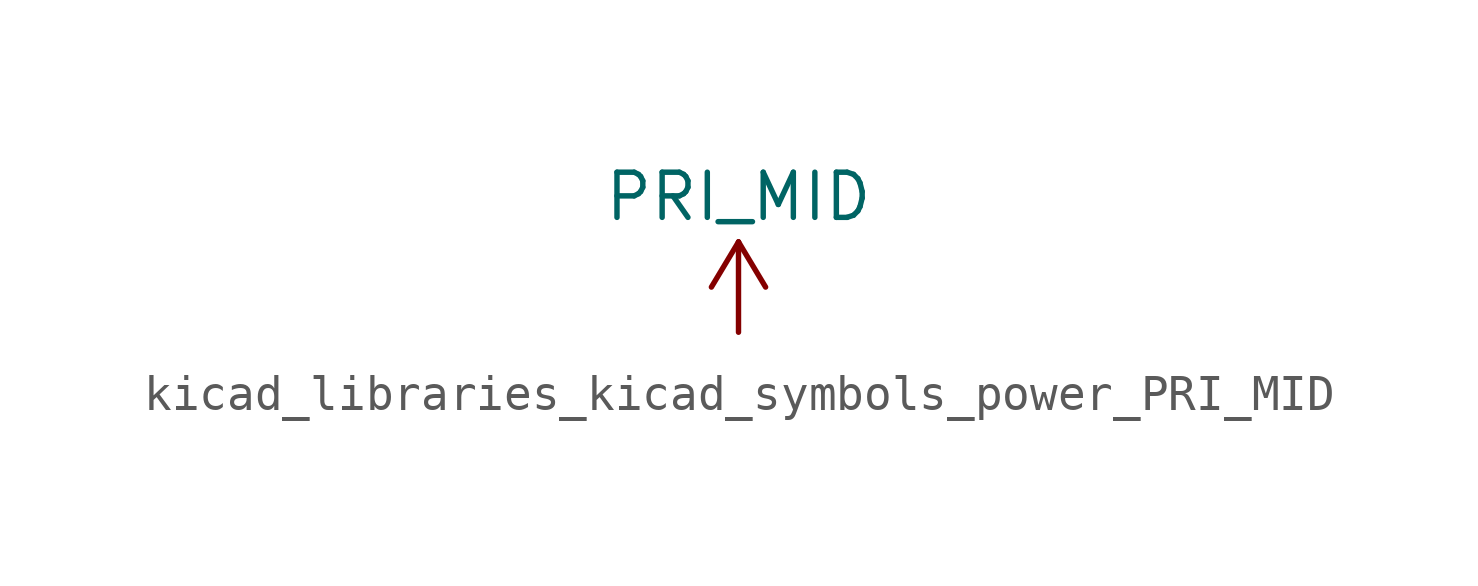
<source format=kicad_sym>
(kicad_symbol_lib
  (version 20220914)
  (generator kicad_symbol_editor)
  (symbol "kicad_libraries_kicad_symbols_power_PRI_MID"
    (power)
    (pin_names
      (offset 0))
    (property "Reference" "#PWR"
      (at 0 -3.81 0)
      (effects (font (size 1.27 1.27)) hide))
    (property "Value" "PRI_MID"
      (at 0 3.81 0)
      (effects (font (size 1.27 1.27))))
    (symbol "kicad_libraries_kicad_symbols_power_PRI_MID_0_1"
      (polyline (pts (xy -0.762 1.27) (xy 0 2.54)) (stroke (width 0) (type default)) (fill (type none)))
      (polyline (pts (xy 0 0) (xy 0 2.54)) (stroke (width 0) (type default)) (fill (type none)))
      (polyline (pts (xy 0 2.54) (xy 0.762 1.27)) (stroke (width 0) (type default)) (fill (type none))))
    (symbol "kicad_libraries_kicad_symbols_power_PRI_MID_1_1"
      (pin power_in line (at 0 0 90) (length 0) hide (name "PRI_MID" (effects (font (size 1.27 1.27)))) (number "1" (effects (font (size 1.27 1.27))))))))
</source>
